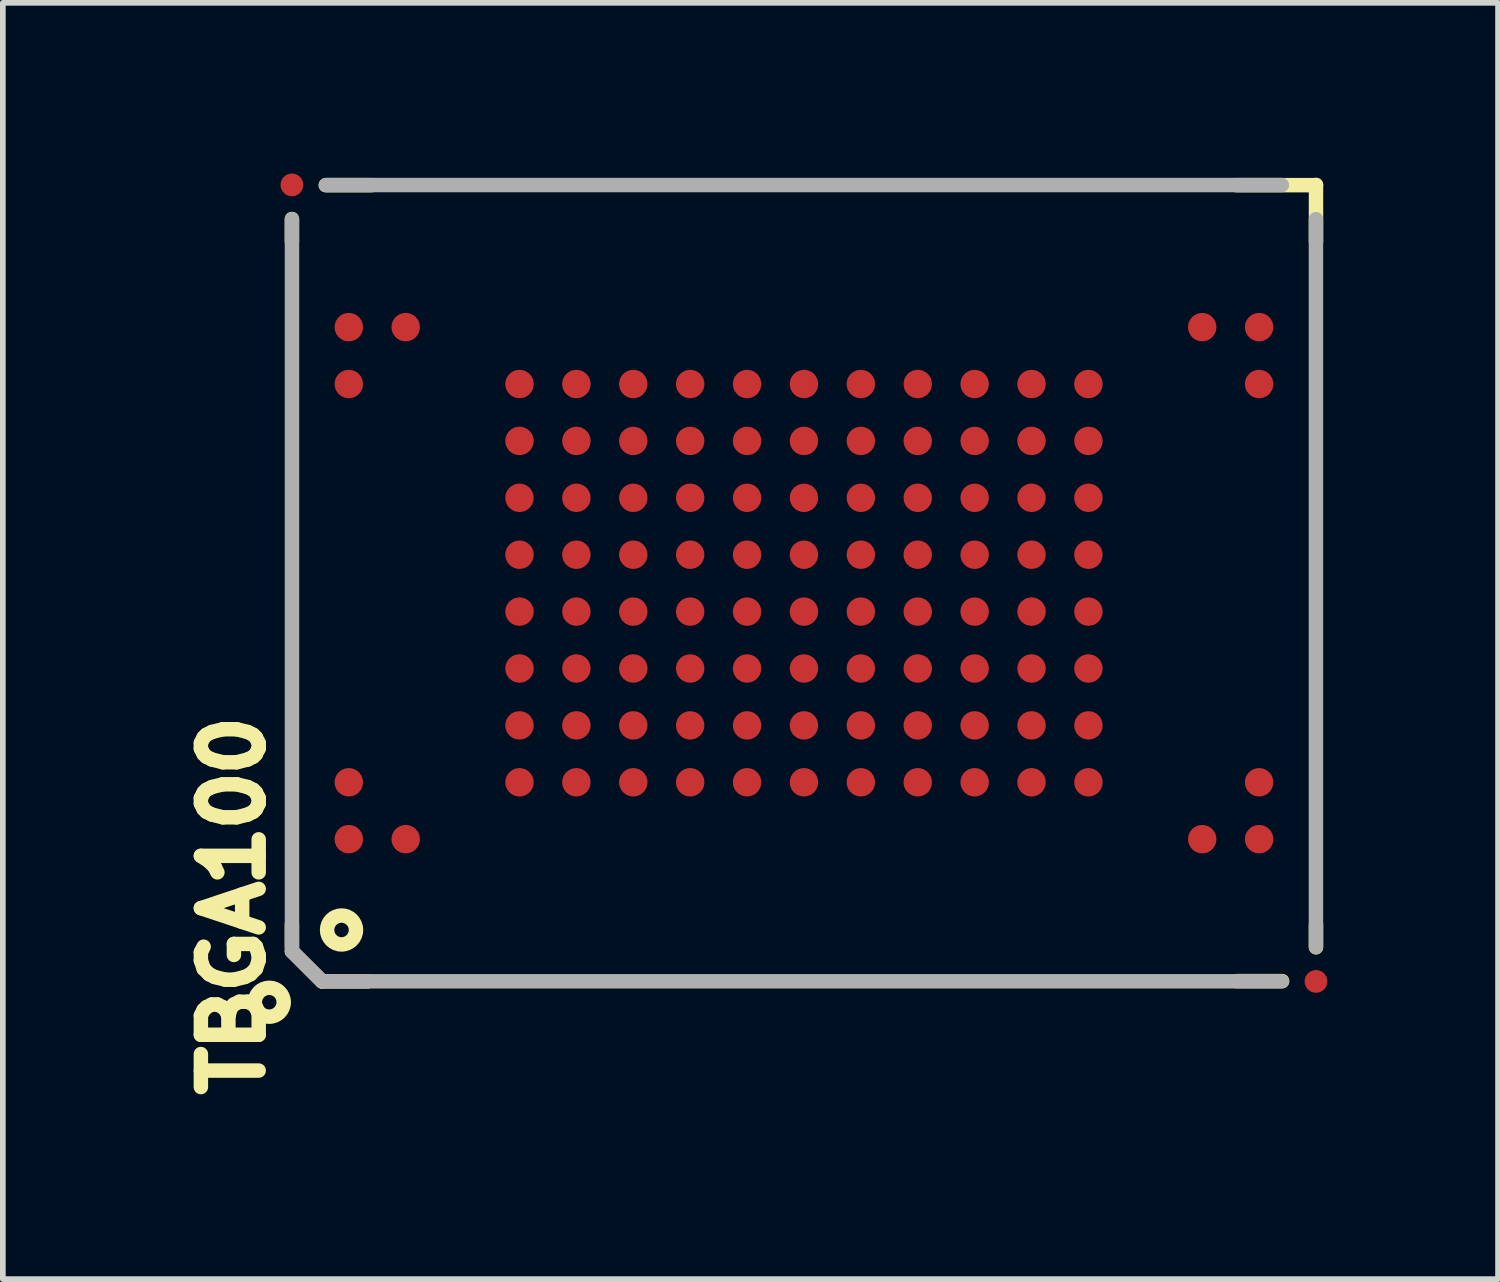
<source format=kicad_pcb>
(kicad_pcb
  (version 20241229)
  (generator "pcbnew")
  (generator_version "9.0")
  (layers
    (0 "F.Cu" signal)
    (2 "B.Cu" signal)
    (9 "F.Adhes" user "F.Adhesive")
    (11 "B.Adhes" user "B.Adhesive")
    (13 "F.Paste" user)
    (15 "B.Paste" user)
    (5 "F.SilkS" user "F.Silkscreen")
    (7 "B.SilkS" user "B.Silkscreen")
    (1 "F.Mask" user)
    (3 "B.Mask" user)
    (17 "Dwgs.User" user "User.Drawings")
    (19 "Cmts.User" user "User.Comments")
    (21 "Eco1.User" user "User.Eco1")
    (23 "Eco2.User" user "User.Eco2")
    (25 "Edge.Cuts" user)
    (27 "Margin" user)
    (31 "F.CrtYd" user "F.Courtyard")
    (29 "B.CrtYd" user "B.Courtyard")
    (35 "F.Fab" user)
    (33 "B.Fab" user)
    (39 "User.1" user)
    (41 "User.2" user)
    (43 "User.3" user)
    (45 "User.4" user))
  (footprint "TBGA100"
    (layer "F.Cu")
    (at 11.081 7.2)
    (property "Reference" "TBGA100" (at -10.041 5.664 90) (layer "F.SilkS") (effects (font (size 1.016 1.016) (thickness 0.254))))
    (attr smd)
    (fp_line (start -9 -6.4) (end -9 -6) (stroke (width 0.254) (type solid)) (layer "F.SilkS"))
    (fp_line (start -9 6) (end -9 6.4) (stroke (width 0.254) (type solid)) (layer "F.SilkS"))
    (fp_line (start -8.47 7) (end -9 6.47) (stroke (width 0.254) (type solid)) (layer "F.SilkS"))
    (fp_line (start -8.405 -6.995) (end -7.605 -6.995) (stroke (width 0.254) (type solid)) (layer "F.SilkS"))
    (fp_line (start -7.67 7) (end -8.47 7) (stroke (width 0.254) (type solid)) (layer "F.SilkS"))
    (fp_line (start 7.605 -6.995) (end 9 -6.995) (stroke (width 0.254) (type solid)) (layer "F.SilkS"))
    (fp_line (start 7.605 6.995) (end 8.405 6.995) (stroke (width 0.254) (type solid)) (layer "F.SilkS"))
    (fp_line (start 9 -7) (end 9 -6) (stroke (width 0.254) (type solid)) (layer "F.SilkS"))
    (fp_line (start 9 6) (end 9 6.4) (stroke (width 0.254) (type solid)) (layer "F.SilkS"))
    (fp_circle (center -9.398 7.366) (end -9.144 7.366) (stroke (width 0.254) (type solid)) (fill no) (layer "F.SilkS"))
    (fp_circle (center -8.128 6.096) (end -7.874 6.096) (stroke (width 0.254) (type solid)) (fill no) (layer "F.SilkS"))
    (fp_line (start -8.999 -6.398) (end -8.999 6.472) (stroke (width 0.254) (type solid)) (layer "F.Fab"))
    (fp_line (start -8.999 6.472) (end -8.471 6.998) (stroke (width 0.254) (type solid)) (layer "F.Fab"))
    (fp_line (start -8.471 6.998) (end 8.4 6.998) (stroke (width 0.254) (type solid)) (layer "F.Fab"))
    (fp_line (start 8.4 -6.998) (end -8.4 -6.998) (stroke (width 0.254) (type solid)) (layer "F.Fab"))
    (fp_line (start 8.999 6.398) (end 8.999 -6.398) (stroke (width 0.254) (type solid)) (layer "F.Fab"))
    (pad "A1" smd circle (at -8 4.5 90) (size 0.5 0.5) (layers "F.Cu" "F.Mask" "F.Paste"))
    (pad "A2" smd circle (at -8 3.5 90) (size 0.5 0.5) (layers "F.Cu" "F.Mask" "F.Paste"))
    (pad "A9" smd circle (at -8 -3.5 90) (size 0.5 0.5) (layers "F.Cu" "F.Mask" "F.Paste"))
    (pad "A10" smd circle (at -8 -4.5 90) (size 0.5 0.5) (layers "F.Cu" "F.Mask" "F.Paste"))
    (pad "B1" smd circle (at -7 4.5 90) (size 0.5 0.5) (layers "F.Cu" "F.Mask" "F.Paste"))
    (pad "B10" smd circle (at -7 -4.5 90) (size 0.5 0.5) (layers "F.Cu" "F.Mask" "F.Paste"))
    (pad "D2" smd circle (at -5 3.5 90) (size 0.5 0.5) (layers "F.Cu" "F.Mask" "F.Paste"))
    (pad "D3" smd circle (at -5 2.5 90) (size 0.5 0.5) (layers "F.Cu" "F.Mask" "F.Paste"))
    (pad "D4" smd circle (at -5 1.5 90) (size 0.5 0.5) (layers "F.Cu" "F.Mask" "F.Paste"))
    (pad "D5" smd circle (at -5 0.5 90) (size 0.5 0.5) (layers "F.Cu" "F.Mask" "F.Paste"))
    (pad "D6" smd circle (at -5 -0.5 90) (size 0.5 0.5) (layers "F.Cu" "F.Mask" "F.Paste"))
    (pad "D7" smd circle (at -5 -1.5 90) (size 0.5 0.5) (layers "F.Cu" "F.Mask" "F.Paste"))
    (pad "D8" smd circle (at -5 -2.5 90) (size 0.5 0.5) (layers "F.Cu" "F.Mask" "F.Paste"))
    (pad "D9" smd circle (at -5 -3.5 90) (size 0.5 0.5) (layers "F.Cu" "F.Mask" "F.Paste"))
    (pad "E2" smd circle (at -4 3.5 90) (size 0.5 0.5) (layers "F.Cu" "F.Mask" "F.Paste"))
    (pad "E3" smd circle (at -4 2.5 90) (size 0.5 0.5) (layers "F.Cu" "F.Mask" "F.Paste"))
    (pad "E4" smd circle (at -4 1.5 90) (size 0.5 0.5) (layers "F.Cu" "F.Mask" "F.Paste"))
    (pad "E5" smd circle (at -4 0.5 90) (size 0.5 0.5) (layers "F.Cu" "F.Mask" "F.Paste"))
    (pad "E6" smd circle (at -4 -0.5 90) (size 0.5 0.5) (layers "F.Cu" "F.Mask" "F.Paste"))
    (pad "E7" smd circle (at -4 -1.5 90) (size 0.5 0.5) (layers "F.Cu" "F.Mask" "F.Paste"))
    (pad "E8" smd circle (at -4 -2.5 90) (size 0.5 0.5) (layers "F.Cu" "F.Mask" "F.Paste"))
    (pad "E9" smd circle (at -4 -3.5 90) (size 0.5 0.5) (layers "F.Cu" "F.Mask" "F.Paste"))
    (pad "F2" smd circle (at -3 3.5 90) (size 0.5 0.5) (layers "F.Cu" "F.Mask" "F.Paste"))
    (pad "F3" smd circle (at -3 2.5 90) (size 0.5 0.5) (layers "F.Cu" "F.Mask" "F.Paste"))
    (pad "F4" smd circle (at -3 1.5 90) (size 0.5 0.5) (layers "F.Cu" "F.Mask" "F.Paste"))
    (pad "F5" smd circle (at -3 0.5 90) (size 0.5 0.5) (layers "F.Cu" "F.Mask" "F.Paste"))
    (pad "F6" smd circle (at -3 -0.5 90) (size 0.5 0.5) (layers "F.Cu" "F.Mask" "F.Paste"))
    (pad "F7" smd circle (at -3 -1.5 90) (size 0.5 0.5) (layers "F.Cu" "F.Mask" "F.Paste"))
    (pad "F8" smd circle (at -3 -2.5 90) (size 0.5 0.5) (layers "F.Cu" "F.Mask" "F.Paste"))
    (pad "F9" smd circle (at -3 -3.5 90) (size 0.5 0.5) (layers "F.Cu" "F.Mask" "F.Paste"))
    (pad "FID1" smd circle (at 9 7 90) (size 0.4 0.4) (layers "F.Cu" "F.Mask"))
    (pad "FID3" smd circle (at -9 -7 90) (size 0.4 0.4) (layers "F.Cu" "F.Mask"))
    (pad "G2" smd circle (at -2 3.5 90) (size 0.5 0.5) (layers "F.Cu" "F.Mask" "F.Paste"))
    (pad "G3" smd circle (at -2 2.5 90) (size 0.5 0.5) (layers "F.Cu" "F.Mask" "F.Paste"))
    (pad "G4" smd circle (at -2 1.5 90) (size 0.5 0.5) (layers "F.Cu" "F.Mask" "F.Paste"))
    (pad "G5" smd circle (at -2 0.5 90) (size 0.5 0.5) (layers "F.Cu" "F.Mask" "F.Paste"))
    (pad "G6" smd circle (at -2 -0.5 90) (size 0.5 0.5) (layers "F.Cu" "F.Mask" "F.Paste"))
    (pad "G7" smd circle (at -2 -1.5 90) (size 0.5 0.5) (layers "F.Cu" "F.Mask" "F.Paste"))
    (pad "G8" smd circle (at -2 -2.5 90) (size 0.5 0.5) (layers "F.Cu" "F.Mask" "F.Paste"))
    (pad "G9" smd circle (at -2 -3.5 90) (size 0.5 0.5) (layers "F.Cu" "F.Mask" "F.Paste"))
    (pad "H2" smd circle (at -1 3.5 90) (size 0.5 0.5) (layers "F.Cu" "F.Mask" "F.Paste"))
    (pad "H3" smd circle (at -1 2.5 90) (size 0.5 0.5) (layers "F.Cu" "F.Mask" "F.Paste"))
    (pad "H4" smd circle (at -1 1.5 90) (size 0.5 0.5) (layers "F.Cu" "F.Mask" "F.Paste"))
    (pad "H5" smd circle (at -1 0.5 90) (size 0.5 0.5) (layers "F.Cu" "F.Mask" "F.Paste"))
    (pad "H6" smd circle (at -1 -0.5 90) (size 0.5 0.5) (layers "F.Cu" "F.Mask" "F.Paste"))
    (pad "H7" smd circle (at -1 -1.5 90) (size 0.5 0.5) (layers "F.Cu" "F.Mask" "F.Paste"))
    (pad "H8" smd circle (at -1 -2.5 90) (size 0.5 0.5) (layers "F.Cu" "F.Mask" "F.Paste"))
    (pad "H9" smd circle (at -1 -3.5 90) (size 0.5 0.5) (layers "F.Cu" "F.Mask" "F.Paste"))
    (pad "J2" smd circle (at 0 3.5 90) (size 0.5 0.5) (layers "F.Cu" "F.Mask" "F.Paste"))
    (pad "J3" smd circle (at 0 2.5 90) (size 0.5 0.5) (layers "F.Cu" "F.Mask" "F.Paste"))
    (pad "J4" smd circle (at 0 1.5 90) (size 0.5 0.5) (layers "F.Cu" "F.Mask" "F.Paste"))
    (pad "J5" smd circle (at 0 0.5 90) (size 0.5 0.5) (layers "F.Cu" "F.Mask" "F.Paste"))
    (pad "J6" smd circle (at 0 -0.5 90) (size 0.5 0.5) (layers "F.Cu" "F.Mask" "F.Paste"))
    (pad "J7" smd circle (at 0 -1.5 90) (size 0.5 0.5) (layers "F.Cu" "F.Mask" "F.Paste"))
    (pad "J8" smd circle (at 0 -2.5 90) (size 0.5 0.5) (layers "F.Cu" "F.Mask" "F.Paste"))
    (pad "J9" smd circle (at 0 -3.5 90) (size 0.5 0.5) (layers "F.Cu" "F.Mask" "F.Paste"))
    (pad "K2" smd circle (at 1 3.5 90) (size 0.5 0.5) (layers "F.Cu" "F.Mask" "F.Paste"))
    (pad "K3" smd circle (at 1 2.5 90) (size 0.5 0.5) (layers "F.Cu" "F.Mask" "F.Paste"))
    (pad "K4" smd circle (at 1 1.5 90) (size 0.5 0.5) (layers "F.Cu" "F.Mask" "F.Paste"))
    (pad "K5" smd circle (at 1 0.5 90) (size 0.5 0.5) (layers "F.Cu" "F.Mask" "F.Paste"))
    (pad "K6" smd circle (at 1 -0.5 90) (size 0.5 0.5) (layers "F.Cu" "F.Mask" "F.Paste"))
    (pad "K7" smd circle (at 1 -1.5 90) (size 0.5 0.5) (layers "F.Cu" "F.Mask" "F.Paste"))
    (pad "K8" smd circle (at 1 -2.5 90) (size 0.5 0.5) (layers "F.Cu" "F.Mask" "F.Paste"))
    (pad "K9" smd circle (at 1 -3.5 90) (size 0.5 0.5) (layers "F.Cu" "F.Mask" "F.Paste"))
    (pad "L2" smd circle (at 2 3.5 90) (size 0.5 0.5) (layers "F.Cu" "F.Mask" "F.Paste"))
    (pad "L3" smd circle (at 2 2.5 90) (size 0.5 0.5) (layers "F.Cu" "F.Mask" "F.Paste"))
    (pad "L4" smd circle (at 2 1.5 90) (size 0.5 0.5) (layers "F.Cu" "F.Mask" "F.Paste"))
    (pad "L5" smd circle (at 2 0.5 90) (size 0.5 0.5) (layers "F.Cu" "F.Mask" "F.Paste"))
    (pad "L6" smd circle (at 2 -0.5 90) (size 0.5 0.5) (layers "F.Cu" "F.Mask" "F.Paste"))
    (pad "L7" smd circle (at 2 -1.5 90) (size 0.5 0.5) (layers "F.Cu" "F.Mask" "F.Paste"))
    (pad "L8" smd circle (at 2 -2.5 90) (size 0.5 0.5) (layers "F.Cu" "F.Mask" "F.Paste"))
    (pad "L9" smd circle (at 2 -3.5 90) (size 0.5 0.5) (layers "F.Cu" "F.Mask" "F.Paste"))
    (pad "M2" smd circle (at 3 3.5 90) (size 0.5 0.5) (layers "F.Cu" "F.Mask" "F.Paste"))
    (pad "M3" smd circle (at 3 2.5 90) (size 0.5 0.5) (layers "F.Cu" "F.Mask" "F.Paste"))
    (pad "M4" smd circle (at 3 1.5 90) (size 0.5 0.5) (layers "F.Cu" "F.Mask" "F.Paste"))
    (pad "M5" smd circle (at 3 0.5 90) (size 0.5 0.5) (layers "F.Cu" "F.Mask" "F.Paste"))
    (pad "M6" smd circle (at 3 -0.5 90) (size 0.5 0.5) (layers "F.Cu" "F.Mask" "F.Paste"))
    (pad "M7" smd circle (at 3 -1.5 90) (size 0.5 0.5) (layers "F.Cu" "F.Mask" "F.Paste"))
    (pad "M8" smd circle (at 3 -2.5 90) (size 0.5 0.5) (layers "F.Cu" "F.Mask" "F.Paste"))
    (pad "M9" smd circle (at 3 -3.5 90) (size 0.5 0.5) (layers "F.Cu" "F.Mask" "F.Paste"))
    (pad "N2" smd circle (at 4 3.5 90) (size 0.5 0.5) (layers "F.Cu" "F.Mask" "F.Paste"))
    (pad "N3" smd circle (at 4 2.5 90) (size 0.5 0.5) (layers "F.Cu" "F.Mask" "F.Paste"))
    (pad "N4" smd circle (at 4 1.5 90) (size 0.5 0.5) (layers "F.Cu" "F.Mask" "F.Paste"))
    (pad "N5" smd circle (at 4 0.5 90) (size 0.5 0.5) (layers "F.Cu" "F.Mask" "F.Paste"))
    (pad "N6" smd circle (at 4 -0.5 90) (size 0.5 0.5) (layers "F.Cu" "F.Mask" "F.Paste"))
    (pad "N7" smd circle (at 4 -1.5 90) (size 0.5 0.5) (layers "F.Cu" "F.Mask" "F.Paste"))
    (pad "N8" smd circle (at 4 -2.5 90) (size 0.5 0.5) (layers "F.Cu" "F.Mask" "F.Paste"))
    (pad "N9" smd circle (at 4 -3.5 90) (size 0.5 0.5) (layers "F.Cu" "F.Mask" "F.Paste"))
    (pad "P2" smd circle (at 5 3.5 90) (size 0.5 0.5) (layers "F.Cu" "F.Mask" "F.Paste"))
    (pad "P3" smd circle (at 5 2.5 90) (size 0.5 0.5) (layers "F.Cu" "F.Mask" "F.Paste"))
    (pad "P4" smd circle (at 5 1.5 90) (size 0.5 0.5) (layers "F.Cu" "F.Mask" "F.Paste"))
    (pad "P5" smd circle (at 5 0.5 90) (size 0.5 0.5) (layers "F.Cu" "F.Mask" "F.Paste"))
    (pad "P6" smd circle (at 5 -0.5 90) (size 0.5 0.5) (layers "F.Cu" "F.Mask" "F.Paste"))
    (pad "P7" smd circle (at 5 -1.5 90) (size 0.5 0.5) (layers "F.Cu" "F.Mask" "F.Paste"))
    (pad "P8" smd circle (at 5 -2.5 90) (size 0.5 0.5) (layers "F.Cu" "F.Mask" "F.Paste"))
    (pad "P9" smd circle (at 5 -3.5 90) (size 0.5 0.5) (layers "F.Cu" "F.Mask" "F.Paste"))
    (pad "T1" smd circle (at 7 4.5 90) (size 0.5 0.5) (layers "F.Cu" "F.Mask" "F.Paste"))
    (pad "T10" smd circle (at 7 -4.5 90) (size 0.5 0.5) (layers "F.Cu" "F.Mask" "F.Paste"))
    (pad "U1" smd circle (at 8 4.5 90) (size 0.5 0.5) (layers "F.Cu" "F.Mask" "F.Paste"))
    (pad "U2" smd circle (at 8 3.5 90) (size 0.5 0.5) (layers "F.Cu" "F.Mask" "F.Paste"))
    (pad "U9" smd circle (at 8 -3.5 90) (size 0.5 0.5) (layers "F.Cu" "F.Mask" "F.Paste"))
    (pad "U10" smd circle (at 8 -4.5 90) (size 0.5 0.5) (layers "F.Cu" "F.Mask" "F.Paste")))
  (gr_rect
    (start -3 -3)
    (end 23.281 19.433)
    (stroke (width 0.1) (type default))
    (fill no)
    (layer "Edge.Cuts")))
</source>
